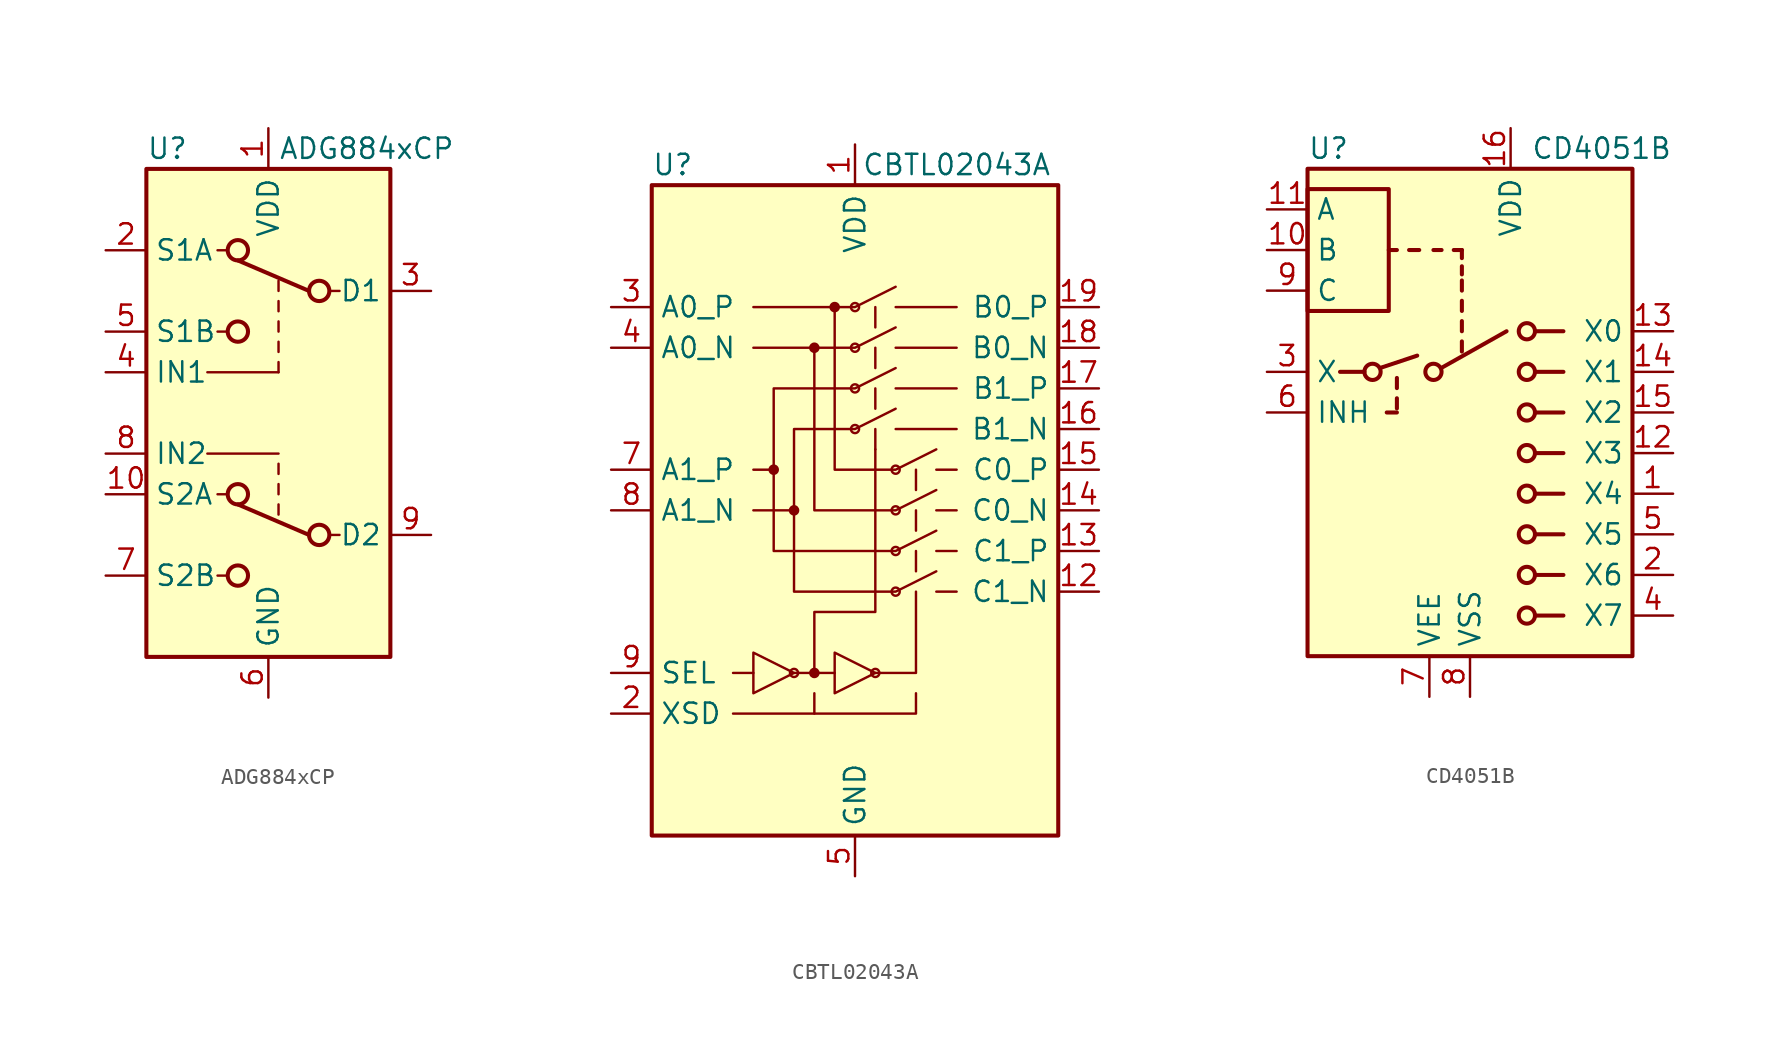
<source format=kicad_sym>
(kicad_symbol_lib
  (version 20211014)
  (generator kicad_symbol_editor)
  (symbol "ADG884xCP"
    (property "Reference" "U"
      (at -7.62 16.51 0)
      (effects (font (size 1.27 1.27)) (justify left)))
    (property "Value" "ADG884xCP"
      (at 0.635 16.51 0)
      (effects (font (size 1.27 1.27)) (justify left)))
    (symbol "ADG884xCP_0_1"
      (rectangle (start -7.62 15.24) (end 7.62 -15.24) (stroke (width 0.254) (type default) (color 0 0 0 0)) (fill (type background)))
      (circle (center -1.905 -10.16) (radius 0.635) (stroke (width 0.254) (type default) (color 0 0 0 0)) (fill (type none)))
      (circle (center -1.905 -5.08) (radius 0.635) (stroke (width 0.254) (type default) (color 0 0 0 0)) (fill (type none)))
      (circle (center -1.905 5.08) (radius 0.635) (stroke (width 0.254) (type default) (color 0 0 0 0)) (fill (type none)))
      (circle (center -1.905 10.16) (radius 0.635) (stroke (width 0.254) (type default) (color 0 0 0 0)) (fill (type none)))
      (polyline (pts (xy -3.81 -2.54) (xy 0.635 -2.54)) (stroke (width 0) (type default) (color 0 0 0 0)) (fill (type none)))
      (polyline (pts (xy -3.81 2.54) (xy 0.635 2.54)) (stroke (width 0) (type default) (color 0 0 0 0)) (fill (type none)))
      (polyline (pts (xy -3.175 -10.16) (xy -2.54 -10.16)) (stroke (width 0) (type default) (color 0 0 0 0)) (fill (type none)))
      (polyline (pts (xy -3.175 -5.08) (xy -2.54 -5.08)) (stroke (width 0) (type default) (color 0 0 0 0)) (fill (type none)))
      (polyline (pts (xy -3.175 5.08) (xy -2.54 5.08)) (stroke (width 0) (type default) (color 0 0 0 0)) (fill (type none)))
      (polyline (pts (xy -3.175 10.16) (xy -2.54 10.16)) (stroke (width 0) (type default) (color 0 0 0 0)) (fill (type none)))
      (polyline (pts (xy -1.905 9.525) (xy 2.54 7.62)) (stroke (width 0.254) (type default) (color 0 0 0 0)) (fill (type none)))
      (polyline (pts (xy 0.635 -5.715) (xy 0.635 -6.35)) (stroke (width 0) (type default) (color 0 0 0 0)) (fill (type none)))
      (polyline (pts (xy 0.635 -4.445) (xy 0.635 -5.08)) (stroke (width 0) (type default) (color 0 0 0 0)) (fill (type none)))
      (polyline (pts (xy 0.635 -3.175) (xy 0.635 -3.81)) (stroke (width 0) (type default) (color 0 0 0 0)) (fill (type none)))
      (polyline (pts (xy 0.635 3.175) (xy 0.635 2.54)) (stroke (width 0) (type default) (color 0 0 0 0)) (fill (type none)))
      (polyline (pts (xy 0.635 4.445) (xy 0.635 3.81)) (stroke (width 0) (type default) (color 0 0 0 0)) (fill (type none)))
      (polyline (pts (xy 0.635 5.715) (xy 0.635 5.08)) (stroke (width 0) (type default) (color 0 0 0 0)) (fill (type none)))
      (polyline (pts (xy 0.635 6.985) (xy 0.635 6.35)) (stroke (width 0) (type default) (color 0 0 0 0)) (fill (type none)))
      (polyline (pts (xy 0.635 8.255) (xy 0.635 7.62)) (stroke (width 0) (type default) (color 0 0 0 0)) (fill (type none)))
      (polyline (pts (xy 2.54 -7.62) (xy -1.905 -5.715)) (stroke (width 0.254) (type default) (color 0 0 0 0)) (fill (type none)))
      (polyline (pts (xy 4.445 -7.62) (xy 3.81 -7.62)) (stroke (width 0) (type default) (color 0 0 0 0)) (fill (type none)))
      (polyline (pts (xy 4.445 7.62) (xy 3.81 7.62)) (stroke (width 0) (type default) (color 0 0 0 0)) (fill (type none)))
      (circle (center 3.175 -7.62) (radius 0.635) (stroke (width 0.254) (type default) (color 0 0 0 0)) (fill (type none)))
      (circle (center 3.175 7.62) (radius 0.635) (stroke (width 0.254) (type default) (color 0 0 0 0)) (fill (type none))))
    (symbol "ADG884xCP_1_1"
      (pin power_in line (at 0 17.78 270) (length 2.54) (name "VDD" (effects (font (size 1.27 1.27)))) (number "1" (effects (font (size 1.27 1.27)))))
      (pin bidirectional line (at -10.16 -5.08 0) (length 2.54) (name "S2A" (effects (font (size 1.27 1.27)))) (number "10" (effects (font (size 1.27 1.27)))))
      (pin passive line (at 0 -17.78 90) (length 2.54) hide (name "GND" (effects (font (size 1.27 1.27)))) (number "11" (effects (font (size 1.27 1.27)))))
      (pin bidirectional line (at -10.16 10.16 0) (length 2.54) (name "S1A" (effects (font (size 1.27 1.27)))) (number "2" (effects (font (size 1.27 1.27)))))
      (pin bidirectional line (at 10.16 7.62 180) (length 2.54) (name "D1" (effects (font (size 1.27 1.27)))) (number "3" (effects (font (size 1.27 1.27)))))
      (pin input line (at -10.16 2.54 0) (length 2.54) (name "IN1" (effects (font (size 1.27 1.27)))) (number "4" (effects (font (size 1.27 1.27)))))
      (pin bidirectional line (at -10.16 5.08 0) (length 2.54) (name "S1B" (effects (font (size 1.27 1.27)))) (number "5" (effects (font (size 1.27 1.27)))))
      (pin power_in line (at 0 -17.78 90) (length 2.54) (name "GND" (effects (font (size 1.27 1.27)))) (number "6" (effects (font (size 1.27 1.27)))))
      (pin bidirectional line (at -10.16 -10.16 0) (length 2.54) (name "S2B" (effects (font (size 1.27 1.27)))) (number "7" (effects (font (size 1.27 1.27)))))
      (pin input line (at -10.16 -2.54 0) (length 2.54) (name "IN2" (effects (font (size 1.27 1.27)))) (number "8" (effects (font (size 1.27 1.27)))))
      (pin bidirectional line (at 10.16 -7.62 180) (length 2.54) (name "D2" (effects (font (size 1.27 1.27)))) (number "9" (effects (font (size 1.27 1.27)))))))
  (symbol "CBTL02043A"
    (property "Reference" "U"
      (at -12.7 21.59 0)
      (effects (font (size 1.27 1.27)) (justify left)))
    (property "Value" "CBTL02043A"
      (at 6.35 21.59 0)
      (effects (font (size 1.27 1.27))))
    (symbol "CBTL02043A_0_1"
      (rectangle (start -12.7 20.32) (end 12.7 -20.32) (stroke (width 0.254) (type default) (color 0 0 0 0)) (fill (type background)))
      (circle (center -5.08 2.54) (radius 0.254) (stroke (width 0) (type default) (color 0 0 0 0)) (fill (type outline)))
      (circle (center -3.81 0) (radius 0.254) (stroke (width 0) (type default) (color 0 0 0 0)) (fill (type outline)))
      (circle (center -2.54 10.16) (radius 0.254) (stroke (width 0) (type default) (color 0 0 0 0)) (fill (type outline)))
      (circle (center -1.27 12.7) (radius 0.254) (stroke (width 0) (type default) (color 0 0 0 0)) (fill (type outline)))
      (polyline (pts (xy -7.62 -10.16) (xy -6.35 -10.16)) (stroke (width 0) (type default) (color 0 0 0 0)) (fill (type none)))
      (polyline (pts (xy -7.62 -12.7) (xy -2.54 -12.7) (xy -2.54 -11.43)) (stroke (width 0) (type default) (color 0 0 0 0)) (fill (type none)))
      (polyline (pts (xy -2.54 -12.7) (xy 3.81 -12.7) (xy 3.81 -11.43)) (stroke (width 0) (type default) (color 0 0 0 0)) (fill (type none)))
      (polyline (pts (xy 1.27 -10.16) (xy -1.27 -8.89) (xy -1.27 -11.43) (xy 1.27 -10.16)) (stroke (width 0) (type default) (color 0 0 0 0)) (fill (type none)))
      (polyline (pts (xy 5.08 -3.81) (xy 2.54 -5.08) (xy -3.81 -5.08) (xy -3.81 0)) (stroke (width 0) (type default) (color 0 0 0 0)) (fill (type none)))
      (polyline (pts (xy 5.08 -1.27) (xy 2.54 -2.54) (xy -5.08 -2.54) (xy -5.08 2.54)) (stroke (width 0) (type default) (color 0 0 0 0)) (fill (type none)))
      (polyline (pts (xy 5.08 1.27) (xy 2.54 0) (xy -2.54 0) (xy -2.54 10.16)) (stroke (width 0) (type default) (color 0 0 0 0)) (fill (type none)))
      (polyline (pts (xy 5.08 3.81) (xy 2.54 2.54) (xy -1.27 2.54) (xy -1.27 12.7)) (stroke (width 0) (type default) (color 0 0 0 0)) (fill (type none))))
    (symbol "CBTL02043A_1_1"
      (circle (center -3.81 -10.16) (radius 0.254) (stroke (width 0) (type default) (color 0 0 0 0)) (fill (type none)))
      (circle (center -2.54 -10.16) (radius 0.254) (stroke (width 0) (type default) (color 0 0 0 0)) (fill (type outline)))
      (polyline (pts (xy -2.54 -10.16) (xy -1.27 -10.16)) (stroke (width 0) (type default) (color 0 0 0 0)) (fill (type none)))
      (polyline (pts (xy 1.27 5.08) (xy 1.27 3.81)) (stroke (width 0) (type default) (color 0 0 0 0)) (fill (type none)))
      (polyline (pts (xy 1.27 7.62) (xy 1.27 6.35)) (stroke (width 0) (type default) (color 0 0 0 0)) (fill (type none)))
      (polyline (pts (xy 1.27 10.16) (xy 1.27 8.89)) (stroke (width 0) (type default) (color 0 0 0 0)) (fill (type none)))
      (polyline (pts (xy 1.27 12.7) (xy 1.27 11.43)) (stroke (width 0) (type default) (color 0 0 0 0)) (fill (type none)))
      (polyline (pts (xy 3.81 -3.81) (xy 3.81 -2.54)) (stroke (width 0) (type default) (color 0 0 0 0)) (fill (type none)))
      (polyline (pts (xy 3.81 -1.27) (xy 3.81 0)) (stroke (width 0) (type default) (color 0 0 0 0)) (fill (type none)))
      (polyline (pts (xy 3.81 1.27) (xy 3.81 2.54)) (stroke (width 0) (type default) (color 0 0 0 0)) (fill (type none)))
      (polyline (pts (xy 6.35 -5.08) (xy 5.08 -5.08)) (stroke (width 0) (type default) (color 0 0 0 0)) (fill (type none)))
      (polyline (pts (xy 6.35 -2.54) (xy 5.08 -2.54)) (stroke (width 0) (type default) (color 0 0 0 0)) (fill (type none)))
      (polyline (pts (xy 6.35 0) (xy 5.08 0)) (stroke (width 0) (type default) (color 0 0 0 0)) (fill (type none)))
      (polyline (pts (xy 6.35 2.54) (xy 5.08 2.54)) (stroke (width 0) (type default) (color 0 0 0 0)) (fill (type none)))
      (polyline (pts (xy 6.35 5.08) (xy 2.54 5.08)) (stroke (width 0) (type default) (color 0 0 0 0)) (fill (type none)))
      (polyline (pts (xy 6.35 7.62) (xy 2.54 7.62)) (stroke (width 0) (type default) (color 0 0 0 0)) (fill (type none)))
      (polyline (pts (xy 6.35 10.16) (xy 2.54 10.16)) (stroke (width 0) (type default) (color 0 0 0 0)) (fill (type none)))
      (polyline (pts (xy 6.35 12.7) (xy 2.54 12.7)) (stroke (width 0) (type default) (color 0 0 0 0)) (fill (type none)))
      (polyline (pts (xy -6.35 10.16) (xy 0 10.16) (xy 2.54 11.43)) (stroke (width 0) (type default) (color 0 0 0 0)) (fill (type none)))
      (polyline (pts (xy -6.35 12.7) (xy 0 12.7) (xy 2.54 13.97)) (stroke (width 0) (type default) (color 0 0 0 0)) (fill (type none)))
      (polyline (pts (xy 1.27 -10.16) (xy 3.81 -10.16) (xy 3.81 -5.08)) (stroke (width 0) (type default) (color 0 0 0 0)) (fill (type none)))
      (polyline (pts (xy -3.81 -10.16) (xy -6.35 -8.89) (xy -6.35 -11.43) (xy -3.81 -10.16)) (stroke (width 0) (type default) (color 0 0 0 0)) (fill (type none)))
      (polyline (pts (xy -6.35 0) (xy -3.81 0) (xy -3.81 5.08) (xy 0 5.08) (xy 2.54 6.35)) (stroke (width 0) (type default) (color 0 0 0 0)) (fill (type none)))
      (polyline (pts (xy -6.35 2.54) (xy -5.08 2.54) (xy -5.08 7.62) (xy 0 7.62) (xy 2.54 8.89)) (stroke (width 0) (type default) (color 0 0 0 0)) (fill (type none)))
      (polyline (pts (xy 1.27 3.81) (xy 1.27 -6.35) (xy -2.54 -6.35) (xy -2.54 -10.16) (xy -3.81 -10.16)) (stroke (width 0) (type default) (color 0 0 0 0)) (fill (type none)))
      (circle (center 0 5.08) (radius 0.254) (stroke (width 0) (type default) (color 0 0 0 0)) (fill (type none)))
      (circle (center 0 7.62) (radius 0.254) (stroke (width 0) (type default) (color 0 0 0 0)) (fill (type none)))
      (circle (center 0 10.16) (radius 0.254) (stroke (width 0) (type default) (color 0 0 0 0)) (fill (type none)))
      (circle (center 0 12.7) (radius 0.254) (stroke (width 0) (type default) (color 0 0 0 0)) (fill (type none)))
      (circle (center 1.27 -10.16) (radius 0.254) (stroke (width 0) (type default) (color 0 0 0 0)) (fill (type none)))
      (circle (center 2.54 -5.08) (radius 0.254) (stroke (width 0) (type default) (color 0 0 0 0)) (fill (type none)))
      (circle (center 2.54 -2.54) (radius 0.254) (stroke (width 0) (type default) (color 0 0 0 0)) (fill (type none)))
      (circle (center 2.54 0) (radius 0.254) (stroke (width 0) (type default) (color 0 0 0 0)) (fill (type none)))
      (circle (center 2.54 2.54) (radius 0.254) (stroke (width 0) (type default) (color 0 0 0 0)) (fill (type none)))
      (pin power_in line (at 0 22.86 270) (length 2.54) (name "VDD" (effects (font (size 1.27 1.27)))) (number "1" (effects (font (size 1.27 1.27)))))
      (pin passive line (at 0 22.86 270) (length 2.54) hide (name "VDD" (effects (font (size 1.27 1.27)))) (number "10" (effects (font (size 1.27 1.27)))))
      (pin passive line (at 0 -22.86 90) (length 2.54) hide (name "GND" (effects (font (size 1.27 1.27)))) (number "11" (effects (font (size 1.27 1.27)))))
      (pin passive line (at 15.24 -5.08 180) (length 2.54) (name "C1_N" (effects (font (size 1.27 1.27)))) (number "12" (effects (font (size 1.27 1.27)))))
      (pin passive line (at 15.24 -2.54 180) (length 2.54) (name "C1_P" (effects (font (size 1.27 1.27)))) (number "13" (effects (font (size 1.27 1.27)))))
      (pin passive line (at 15.24 0 180) (length 2.54) (name "C0_N" (effects (font (size 1.27 1.27)))) (number "14" (effects (font (size 1.27 1.27)))))
      (pin passive line (at 15.24 2.54 180) (length 2.54) (name "C0_P" (effects (font (size 1.27 1.27)))) (number "15" (effects (font (size 1.27 1.27)))))
      (pin passive line (at 15.24 5.08 180) (length 2.54) (name "B1_N" (effects (font (size 1.27 1.27)))) (number "16" (effects (font (size 1.27 1.27)))))
      (pin passive line (at 15.24 7.62 180) (length 2.54) (name "B1_P" (effects (font (size 1.27 1.27)))) (number "17" (effects (font (size 1.27 1.27)))))
      (pin passive line (at 15.24 10.16 180) (length 2.54) (name "B0_N" (effects (font (size 1.27 1.27)))) (number "18" (effects (font (size 1.27 1.27)))))
      (pin passive line (at 15.24 12.7 180) (length 2.54) (name "B0_P" (effects (font (size 1.27 1.27)))) (number "19" (effects (font (size 1.27 1.27)))))
      (pin input line (at -15.24 -12.7 0) (length 2.54) (name "XSD" (effects (font (size 1.27 1.27)))) (number "2" (effects (font (size 1.27 1.27)))))
      (pin passive line (at 0 -22.86 90) (length 2.54) hide (name "GND" (effects (font (size 1.27 1.27)))) (number "20" (effects (font (size 1.27 1.27)))))
      (pin passive line (at 0 -22.86 90) (length 2.54) hide (name "GND" (effects (font (size 1.27 1.27)))) (number "21" (effects (font (size 1.27 1.27)))))
      (pin passive line (at -15.24 12.7 0) (length 2.54) (name "A0_P" (effects (font (size 1.27 1.27)))) (number "3" (effects (font (size 1.27 1.27)))))
      (pin passive line (at -15.24 10.16 0) (length 2.54) (name "A0_N" (effects (font (size 1.27 1.27)))) (number "4" (effects (font (size 1.27 1.27)))))
      (pin power_in line (at 0 -22.86 90) (length 2.54) (name "GND" (effects (font (size 1.27 1.27)))) (number "5" (effects (font (size 1.27 1.27)))))
      (pin passive line (at 0 22.86 270) (length 2.54) hide (name "VDD" (effects (font (size 1.27 1.27)))) (number "6" (effects (font (size 1.27 1.27)))))
      (pin passive line (at -15.24 2.54 0) (length 2.54) (name "A1_P" (effects (font (size 1.27 1.27)))) (number "7" (effects (font (size 1.27 1.27)))))
      (pin passive line (at -15.24 0 0) (length 2.54) (name "A1_N" (effects (font (size 1.27 1.27)))) (number "8" (effects (font (size 1.27 1.27)))))
      (pin input line (at -15.24 -10.16 0) (length 2.54) (name "SEL" (effects (font (size 1.27 1.27)))) (number "9" (effects (font (size 1.27 1.27)))))))
  (symbol "CD4051B"
    (property "Reference" "U"
      (at -10.16 16.51 0)
      (effects (font (size 1.27 1.27)) (justify left)))
    (property "Value" "CD4051B"
      (at 3.81 16.51 0)
      (effects (font (size 1.27 1.27)) (justify left)))
    (symbol "CD4051B_0_1"
      (rectangle (start -10.16 6.35) (end -5.08 13.97) (stroke (width 0.254) (type default) (color 0 0 0 0)) (fill (type none)))
      (rectangle (start -10.16 15.24) (end 10.16 -15.24) (stroke (width 0.254) (type default) (color 0 0 0 0)) (fill (type background)))
      (circle (center -6.096 2.54) (radius 0.508) (stroke (width 0.254) (type default) (color 0 0 0 0)) (fill (type none)))
      (circle (center -2.286 2.54) (radius 0.508) (stroke (width 0.254) (type default) (color 0 0 0 0)) (fill (type none)))
      (polyline (pts (xy -8.128 2.54) (xy -6.604 2.54)) (stroke (width 0.254) (type default) (color 0 0 0 0)) (fill (type none)))
      (polyline (pts (xy -5.588 2.794) (xy -3.302 3.556)) (stroke (width 0.254) (type default) (color 0 0 0 0)) (fill (type none)))
      (polyline (pts (xy -4.572 0) (xy -5.207 0)) (stroke (width 0.254) (type default) (color 0 0 0 0)) (fill (type none)))
      (polyline (pts (xy -4.572 0.254) (xy -4.572 0.889)) (stroke (width 0.254) (type default) (color 0 0 0 0)) (fill (type none)))
      (polyline (pts (xy -4.572 1.524) (xy -4.572 2.159)) (stroke (width 0.254) (type default) (color 0 0 0 0)) (fill (type none)))
      (polyline (pts (xy -4.572 10.16) (xy -5.08 10.16)) (stroke (width 0.254) (type default) (color 0 0 0 0)) (fill (type none)))
      (polyline (pts (xy -3.81 10.16) (xy -3.175 10.16)) (stroke (width 0.254) (type default) (color 0 0 0 0)) (fill (type none)))
      (polyline (pts (xy -1.778 2.794) (xy 2.286 5.08)) (stroke (width 0.254) (type default) (color 0 0 0 0)) (fill (type none)))
      (polyline (pts (xy -1.778 10.16) (xy -2.286 10.16)) (stroke (width 0.254) (type default) (color 0 0 0 0)) (fill (type none)))
      (polyline (pts (xy -0.508 3.81) (xy -0.508 4.445)) (stroke (width 0.254) (type default) (color 0 0 0 0)) (fill (type none)))
      (polyline (pts (xy -0.508 5.08) (xy -0.508 5.715)) (stroke (width 0.254) (type default) (color 0 0 0 0)) (fill (type none)))
      (polyline (pts (xy -0.508 6.35) (xy -0.508 6.985)) (stroke (width 0.254) (type default) (color 0 0 0 0)) (fill (type none)))
      (polyline (pts (xy -0.508 7.62) (xy -0.508 8.255)) (stroke (width 0.254) (type default) (color 0 0 0 0)) (fill (type none)))
      (polyline (pts (xy -0.508 8.636) (xy -0.508 9.144)) (stroke (width 0.254) (type default) (color 0 0 0 0)) (fill (type none)))
      (polyline (pts (xy -0.508 9.652) (xy -0.508 10.16)) (stroke (width 0.254) (type default) (color 0 0 0 0)) (fill (type none)))
      (polyline (pts (xy -0.508 10.16) (xy -1.016 10.16)) (stroke (width 0.254) (type default) (color 0 0 0 0)) (fill (type none)))
      (polyline (pts (xy 4.064 -12.7) (xy 5.842 -12.7)) (stroke (width 0.254) (type default) (color 0 0 0 0)) (fill (type none)))
      (polyline (pts (xy 4.064 -10.16) (xy 5.842 -10.16)) (stroke (width 0.254) (type default) (color 0 0 0 0)) (fill (type none)))
      (polyline (pts (xy 4.064 -7.62) (xy 5.842 -7.62)) (stroke (width 0.254) (type default) (color 0 0 0 0)) (fill (type none)))
      (polyline (pts (xy 4.064 -5.08) (xy 5.842 -5.08)) (stroke (width 0.254) (type default) (color 0 0 0 0)) (fill (type none)))
      (polyline (pts (xy 4.064 -2.54) (xy 5.842 -2.54)) (stroke (width 0.254) (type default) (color 0 0 0 0)) (fill (type none)))
      (polyline (pts (xy 4.064 0) (xy 5.842 0)) (stroke (width 0.254) (type default) (color 0 0 0 0)) (fill (type none)))
      (polyline (pts (xy 4.064 2.54) (xy 5.842 2.54)) (stroke (width 0.254) (type default) (color 0 0 0 0)) (fill (type none)))
      (polyline (pts (xy 4.064 5.08) (xy 5.842 5.08)) (stroke (width 0.254) (type default) (color 0 0 0 0)) (fill (type none)))
      (circle (center 3.556 -12.7) (radius 0.508) (stroke (width 0.254) (type default) (color 0 0 0 0)) (fill (type none)))
      (circle (center 3.556 -10.16) (radius 0.508) (stroke (width 0.254) (type default) (color 0 0 0 0)) (fill (type none)))
      (circle (center 3.556 -7.62) (radius 0.508) (stroke (width 0.254) (type default) (color 0 0 0 0)) (fill (type none)))
      (circle (center 3.556 -5.08) (radius 0.508) (stroke (width 0.254) (type default) (color 0 0 0 0)) (fill (type none)))
      (circle (center 3.556 -2.54) (radius 0.508) (stroke (width 0.254) (type default) (color 0 0 0 0)) (fill (type none)))
      (circle (center 3.556 0) (radius 0.508) (stroke (width 0.254) (type default) (color 0 0 0 0)) (fill (type none)))
      (circle (center 3.556 2.54) (radius 0.508) (stroke (width 0.254) (type default) (color 0 0 0 0)) (fill (type none)))
      (circle (center 3.556 5.08) (radius 0.508) (stroke (width 0.254) (type default) (color 0 0 0 0)) (fill (type none))))
    (symbol "CD4051B_1_1"
      (pin bidirectional line (at 12.7 -5.08 180) (length 2.54) (name "X4" (effects (font (size 1.27 1.27)))) (number "1" (effects (font (size 1.27 1.27)))))
      (pin input line (at -12.7 10.16 0) (length 2.54) (name "B" (effects (font (size 1.27 1.27)))) (number "10" (effects (font (size 1.27 1.27)))))
      (pin input line (at -12.7 12.7 0) (length 2.54) (name "A" (effects (font (size 1.27 1.27)))) (number "11" (effects (font (size 1.27 1.27)))))
      (pin bidirectional line (at 12.7 -2.54 180) (length 2.54) (name "X3" (effects (font (size 1.27 1.27)))) (number "12" (effects (font (size 1.27 1.27)))))
      (pin bidirectional line (at 12.7 5.08 180) (length 2.54) (name "X0" (effects (font (size 1.27 1.27)))) (number "13" (effects (font (size 1.27 1.27)))))
      (pin bidirectional line (at 12.7 2.54 180) (length 2.54) (name "X1" (effects (font (size 1.27 1.27)))) (number "14" (effects (font (size 1.27 1.27)))))
      (pin bidirectional line (at 12.7 0 180) (length 2.54) (name "X2" (effects (font (size 1.27 1.27)))) (number "15" (effects (font (size 1.27 1.27)))))
      (pin power_in line (at 2.54 17.78 270) (length 2.54) (name "VDD" (effects (font (size 1.27 1.27)))) (number "16" (effects (font (size 1.27 1.27)))))
      (pin bidirectional line (at 12.7 -10.16 180) (length 2.54) (name "X6" (effects (font (size 1.27 1.27)))) (number "2" (effects (font (size 1.27 1.27)))))
      (pin bidirectional line (at -12.7 2.54 0) (length 2.54) (name "X" (effects (font (size 1.27 1.27)))) (number "3" (effects (font (size 1.27 1.27)))))
      (pin bidirectional line (at 12.7 -12.7 180) (length 2.54) (name "X7" (effects (font (size 1.27 1.27)))) (number "4" (effects (font (size 1.27 1.27)))))
      (pin bidirectional line (at 12.7 -7.62 180) (length 2.54) (name "X5" (effects (font (size 1.27 1.27)))) (number "5" (effects (font (size 1.27 1.27)))))
      (pin input line (at -12.7 0 0) (length 2.54) (name "INH" (effects (font (size 1.27 1.27)))) (number "6" (effects (font (size 1.27 1.27)))))
      (pin power_in line (at -2.54 -17.78 90) (length 2.54) (name "VEE" (effects (font (size 1.27 1.27)))) (number "7" (effects (font (size 1.27 1.27)))))
      (pin power_in line (at 0 -17.78 90) (length 2.54) (name "VSS" (effects (font (size 1.27 1.27)))) (number "8" (effects (font (size 1.27 1.27)))))
      (pin input line (at -12.7 7.62 0) (length 2.54) (name "C" (effects (font (size 1.27 1.27)))) (number "9" (effects (font (size 1.27 1.27))))))))
</source>
